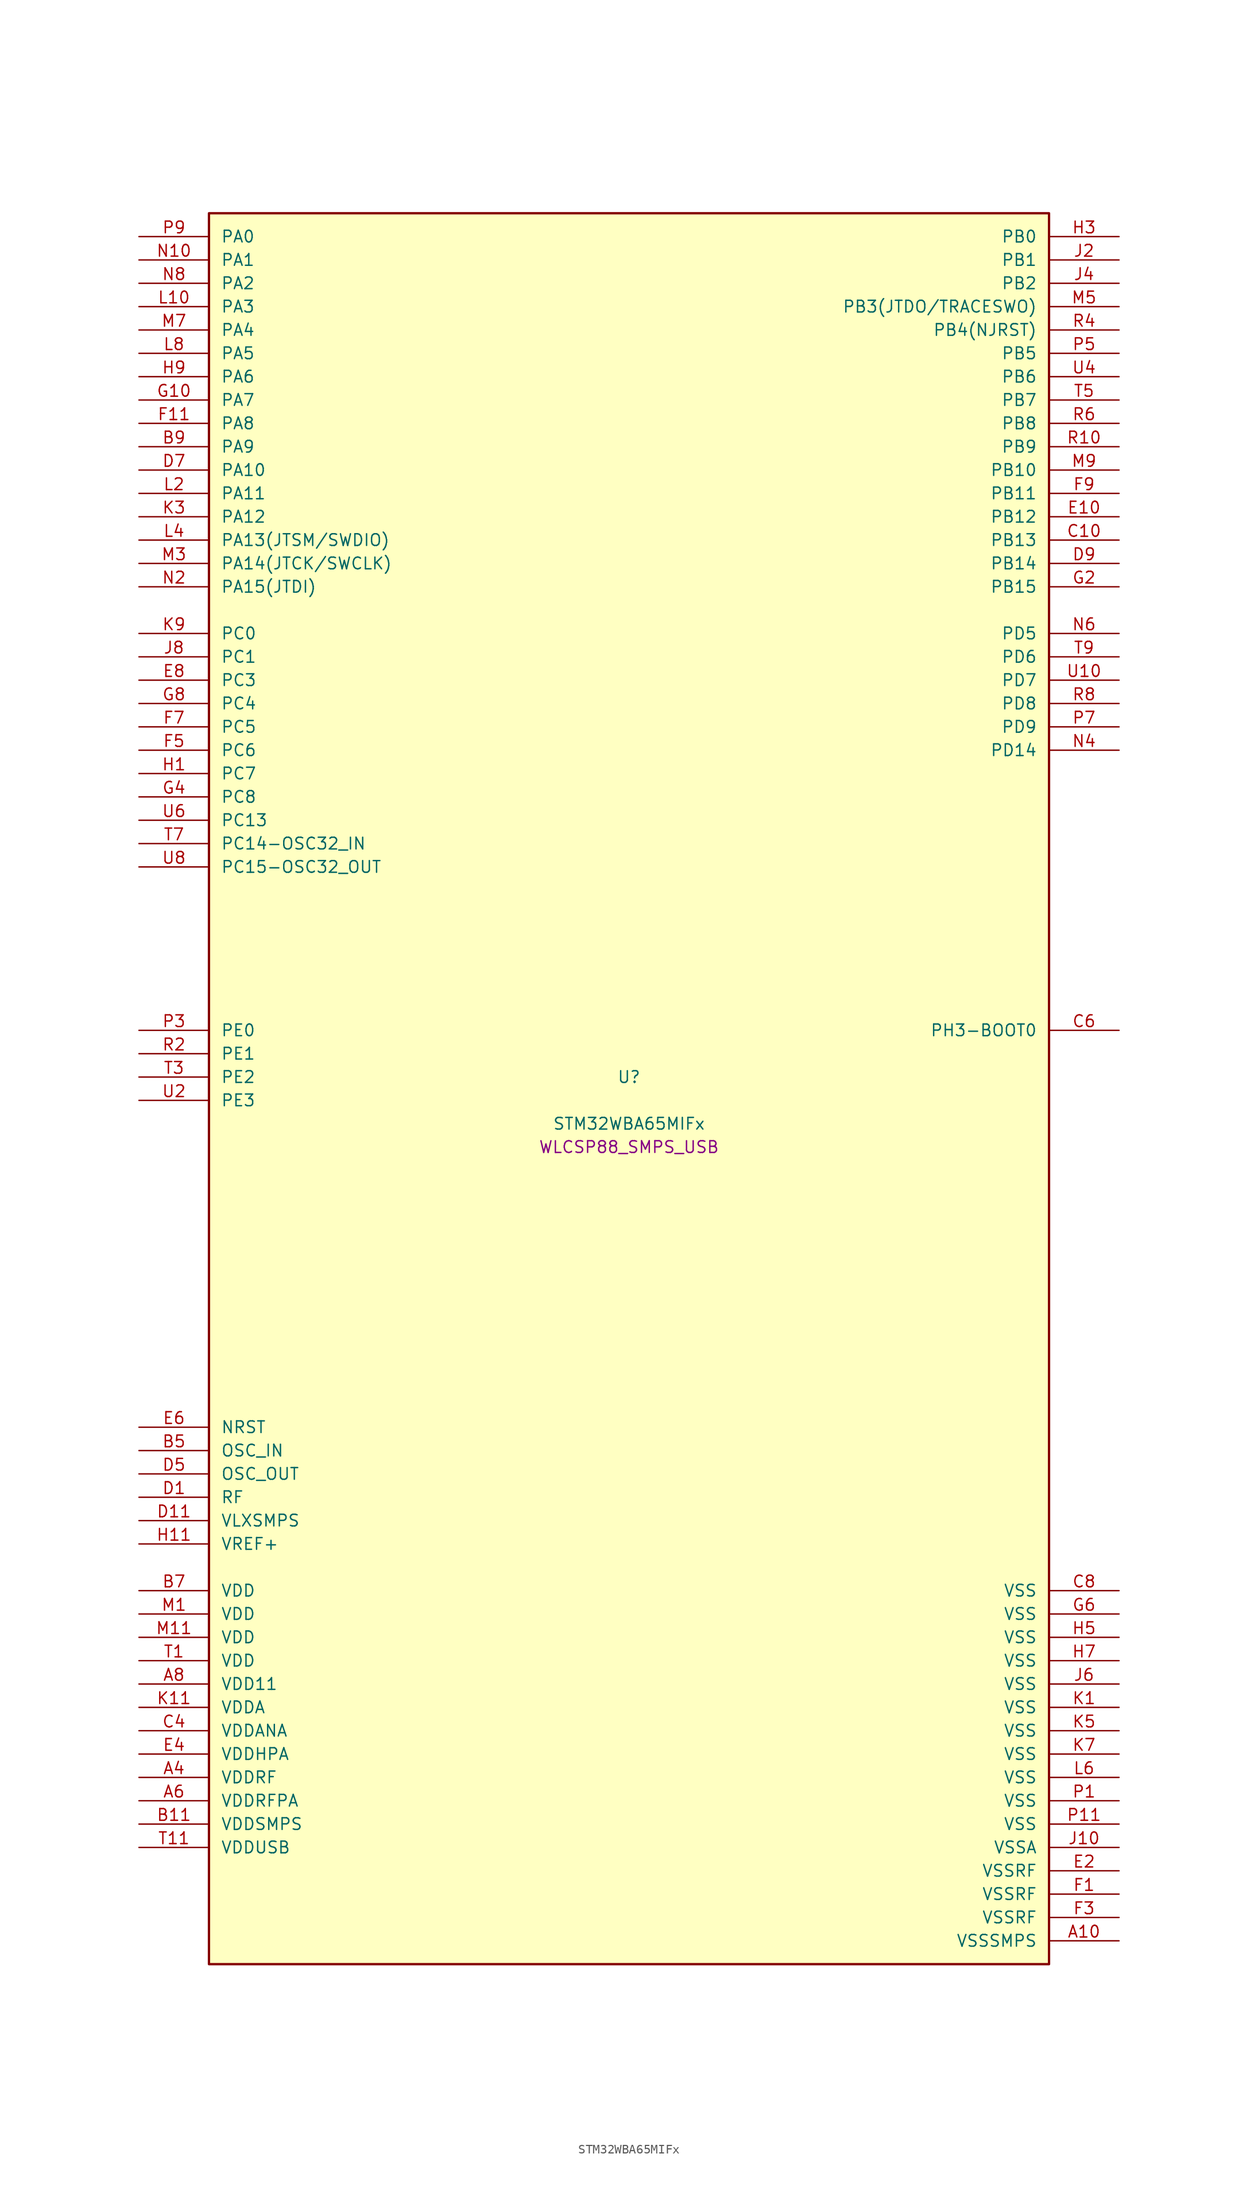
<source format=kicad_sym>
(kicad_symbol_lib
  (version 20241209)
  (generator "stm32_pkl_generator")
  (generator_version "1.0")
  (symbol "STM32WBA65MIFx"
    (pin_names
      (offset 1.27))
    (property "Reference" "U"
      (at 0 2.54 0))
    (property "Value" "STM32WBA65MIFx"
      (at 0 -2.54 0))
    (property "Footprint" "WLCSP88_SMPS_USB"
      (at 0 -5.08 0))
    (symbol "STM32WBA65MIFx_1_1"
      (rectangle (start -45.72 96.52) (end 45.72 -93.98) (stroke (width 0.254) (type solid)) (fill (type background)))
      (pin bidirectional line (at -53.34 93.98 0) (length 7.62) (name "PA0") (number "P9") (alternate "PA0/ADC4_IN9" bidirectional line) (alternate "PA0/COMP2_INP" bidirectional line) (alternate "PA0/LPTIM1_IN1" bidirectional line) (alternate "PA0/LPUART1_CTS" bidirectional line) (alternate "PA0/PWR_WKUP1" bidirectional line) (alternate "PA0/SPI3_SCK" bidirectional line) (alternate "PA0/TIM1_CH2N" bidirectional line) (alternate "PA0/TIM3_CH3" bidirectional line) (alternate "PA0/TIM3_ETR" bidirectional line) (alternate "PA0/TSC_G2_IO2" bidirectional line))
      (pin bidirectional line (at -53.34 91.44 0) (length 7.62) (name "PA1") (number "N10") (alternate "PA1/ADC4_IN8" bidirectional line) (alternate "PA1/COMP1_INM" bidirectional line) (alternate "PA1/LPTIM2_CH2" bidirectional line) (alternate "PA1/LPUART1_RX" bidirectional line) (alternate "PA1/PWR_WKUP3" bidirectional line) (alternate "PA1/SAI1_CK1" bidirectional line) (alternate "PA1/SPI1_RDY" bidirectional line) (alternate "PA1/SPI3_MISO" bidirectional line) (alternate "PA1/TIM17_CH1" bidirectional line) (alternate "PA1/TIM1_CH1N" bidirectional line) (alternate "PA1/TIM3_CH2" bidirectional line) (alternate "PA1/TSC_G2_IO1" bidirectional line) (alternate "PA1/USART1_CK" bidirectional line))
      (pin bidirectional line (at -53.34 88.9 0) (length 7.62) (name "PA2") (number "N8") (alternate "PA2/ADC4_IN7" bidirectional line) (alternate "PA2/COMP1_INP" bidirectional line) (alternate "PA2/LPUART1_TX" bidirectional line) (alternate "PA2/PWR_WKUP4" bidirectional line) (alternate "PA2/RCC_LSCO" bidirectional line) (alternate "PA2/SAI1_D1" bidirectional line) (alternate "PA2/TIM16_CH1" bidirectional line) (alternate "PA2/TIM1_BKIN" bidirectional line) (alternate "PA2/TIM3_CH1" bidirectional line) (alternate "PA2/TSC_G4_IO4" bidirectional line) (alternate "PA2/USART1_DE" bidirectional line) (alternate "PA2/USART1_RTS" bidirectional line))
      (pin bidirectional line (at -53.34 86.36 0) (length 7.62) (name "PA3") (number "L10") (alternate "PA3/ADC4_IN6" bidirectional line) (alternate "PA3/PWR_WKUP5" bidirectional line) (alternate "PA3/TIM16_CH1N" bidirectional line) (alternate "PA3/TSC_G4_IO2" bidirectional line) (alternate "PA3/USART1_DE" bidirectional line) (alternate "PA3/USART1_RTS" bidirectional line))
      (pin bidirectional line (at -53.34 83.82 0) (length 7.62) (name "PA4") (number "M7") (alternate "PA4/ADC4_IN5" bidirectional line) (alternate "PA4/AUDIOCLK" bidirectional line) (alternate "PA4/PWR_WKUP2" bidirectional line) (alternate "PA4/TAMP_IN6" bidirectional line) (alternate "PA4/TAMP_OUT3" bidirectional line) (alternate "PA4/TIM16_CH1" bidirectional line) (alternate "PA4/TSC_G4_IO1" bidirectional line) (alternate "PA4/USART1_CTS" bidirectional line))
      (pin bidirectional line (at -53.34 81.28 0) (length 7.62) (name "PA5") (number "L8") (alternate "PA5/ADC4_IN4" bidirectional line) (alternate "PA5/AUDIOCLK" bidirectional line) (alternate "PA5/LPTIM2_ETR" bidirectional line) (alternate "PA5/PWR_CSLEEP" bidirectional line) (alternate "PA5/PWR_WKUP6" bidirectional line) (alternate "PA5/SAI1_D2" bidirectional line) (alternate "PA5/SPI3_NSS" bidirectional line) (alternate "PA5/TIM2_CH1" bidirectional line) (alternate "PA5/TIM2_ETR" bidirectional line) (alternate "PA5/TSC_G1_IO4" bidirectional line) (alternate "PA5/USART1_CK" bidirectional line) (alternate "PA5/USART3_RX" bidirectional line))
      (pin bidirectional line (at -53.34 78.74 0) (length 7.62) (name "PA6") (number "H9") (alternate "PA6/ADC4_IN3" bidirectional line) (alternate "PA6/I2C3_SCL" bidirectional line) (alternate "PA6/PWR_CSTOP" bidirectional line) (alternate "PA6/PWR_WKUP7" bidirectional line) (alternate "PA6/SAI1_CK2" bidirectional line) (alternate "PA6/SAI1_MCLK_A" bidirectional line) (alternate "PA6/SPI3_RDY" bidirectional line) (alternate "PA6/TIM2_CH4" bidirectional line) (alternate "PA6/TSC_G1_IO3" bidirectional line) (alternate "PA6/USART1_DE" bidirectional line) (alternate "PA6/USART1_RTS" bidirectional line) (alternate "PA6/USART3_CTS" bidirectional line))
      (pin bidirectional line (at -53.34 76.2 0) (length 7.62) (name "PA7") (number "G10") (alternate "PA7/ADC4_IN2" bidirectional line) (alternate "PA7/COMP1_OUT" bidirectional line) (alternate "PA7/I2C3_SDA" bidirectional line) (alternate "PA7/PWR_WKUP8" bidirectional line) (alternate "PA7/SAI1_SCK_A" bidirectional line) (alternate "PA7/SPI3_SCK" bidirectional line) (alternate "PA7/TAMP_IN1" bidirectional line) (alternate "PA7/TAMP_OUT2" bidirectional line) (alternate "PA7/TIM2_CH3" bidirectional line) (alternate "PA7/TSC_G1_IO2" bidirectional line) (alternate "PA7/USART1_CTS" bidirectional line) (alternate "PA7/USART3_TX" bidirectional line))
      (pin bidirectional line (at -53.34 73.66 0) (length 7.62) (name "PA8") (number "F11") (alternate "PA8/ADC4_IN1" bidirectional line) (alternate "PA8/LPTIM1_CH2" bidirectional line) (alternate "PA8/RCC_MCO" bidirectional line) (alternate "PA8/SAI1_FS_A" bidirectional line) (alternate "PA8/SPI3_RDY" bidirectional line) (alternate "PA8/TIM2_CH2" bidirectional line) (alternate "PA8/TSC_G1_IO1" bidirectional line) (alternate "PA8/USART1_RX" bidirectional line) (alternate "PA8/USB_OTG_HS_SOF" bidirectional line))
      (pin bidirectional line (at -53.34 71.12 0) (length 7.62) (name "PA9") (number "B9") (alternate "PA9/LPUART1_DE" bidirectional line) (alternate "PA9/LPUART1_RTS" bidirectional line) (alternate "PA9/SAI1_CK1" bidirectional line) (alternate "PA9/SPI2_MISO" bidirectional line) (alternate "PA9/SPI2_SCK" bidirectional line) (alternate "PA9/TIM3_CH2" bidirectional line))
      (pin bidirectional line (at -53.34 68.58 0) (length 7.62) (name "PA10") (number "D7") (alternate "PA10/LPUART1_RX" bidirectional line) (alternate "PA10/SAI1_D1" bidirectional line) (alternate "PA10/SPI2_NSS" bidirectional line) (alternate "PA10/TIM3_CH1" bidirectional line))
      (pin bidirectional line (at -53.34 66.04 0) (length 7.62) (name "PA11") (number "L2") (alternate "PA11/LPTIM2_CH1" bidirectional line) (alternate "PA11/RF_ANTSW1" bidirectional line) (alternate "PA11/TIM1_CH1" bidirectional line) (alternate "PA11/USART2_RX" bidirectional line))
      (pin bidirectional line (at -53.34 63.5 0) (length 7.62) (name "PA12") (number "K3") (alternate "PA12/COMP2_OUT" bidirectional line) (alternate "PA12/PTA_STATUS" bidirectional line) (alternate "PA12/PWR_WKUP6" bidirectional line) (alternate "PA12/RF_ANTSW0" bidirectional line) (alternate "PA12/SPI1_NSS" bidirectional line) (alternate "PA12/TIM1_CH2" bidirectional line) (alternate "PA12/TSC_G3_IO4" bidirectional line) (alternate "PA12/USART2_TX" bidirectional line))
      (pin bidirectional line (at -53.34 60.96 0) (length 7.62) (name "PA13(JTSM/SWDIO)") (number "L4") (alternate "PA13(JTSM/SWDIO)/DEBUG_JTMS-SWDIO" bidirectional line) (alternate "PA13(JTSM/SWDIO)/IR_OUT" bidirectional line) (alternate "PA13(JTSM/SWDIO)/PTA_PRIORITY" bidirectional line))
      (pin bidirectional line (at -53.34 58.42 0) (length 7.62) (name "PA14(JTCK/SWCLK)") (number "M3") (alternate "PA14(JTCK/SWCLK)/COMP2_OUT" bidirectional line) (alternate "PA14(JTCK/SWCLK)/DEBUG_JTCK-SWCLK" bidirectional line) (alternate "PA14(JTCK/SWCLK)/I2C4_SMBA" bidirectional line) (alternate "PA14(JTCK/SWCLK)/PTA_STATUS" bidirectional line) (alternate "PA14(JTCK/SWCLK)/TAMP_IN3" bidirectional line) (alternate "PA14(JTCK/SWCLK)/TAMP_OUT6" bidirectional line) (alternate "PA14(JTCK/SWCLK)/USART2_TX" bidirectional line) (alternate "PA14(JTCK/SWCLK)/USB_OTG_HS_SOF" bidirectional line))
      (pin bidirectional line (at -53.34 55.88 0) (length 7.62) (name "PA15(JTDI)") (number "N2") (alternate "PA15(JTDI)/ADC4_EXTI15" bidirectional line) (alternate "PA15(JTDI)/DEBUG_JTDI" bidirectional line) (alternate "PA15(JTDI)/I2C1_SCL" bidirectional line) (alternate "PA15(JTDI)/LPTIM1_CH2" bidirectional line) (alternate "PA15(JTDI)/PTA_STATUS" bidirectional line) (alternate "PA15(JTDI)/SPI1_MOSI" bidirectional line) (alternate "PA15(JTDI)/TIM17_BKIN" bidirectional line) (alternate "PA15(JTDI)/TIM1_ETR" bidirectional line) (alternate "PA15(JTDI)/TSC_G3_IO3" bidirectional line) (alternate "PA15(JTDI)/USART2_DE" bidirectional line) (alternate "PA15(JTDI)/USART2_RTS" bidirectional line) (alternate "PA15(JTDI)/USART3_DE" bidirectional line) (alternate "PA15(JTDI)/USART3_RTS" bidirectional line))
      (pin bidirectional line (at 53.34 93.98 180) (length 7.62) (name "PB0") (number "H3") (alternate "PB0/LPTIM2_IN2" bidirectional line) (alternate "PB0/SPI2_MOSI" bidirectional line) (alternate "PB0/TIM1_CH3N" bidirectional line) (alternate "PB0/USART2_TX" bidirectional line) (alternate "PB0/USART3_CK" bidirectional line))
      (pin bidirectional line (at 53.34 91.44 180) (length 7.62) (name "PB1") (number "J2") (alternate "PB1/I2C1_SDA" bidirectional line) (alternate "PB1/I2C3_SDA" bidirectional line) (alternate "PB1/PWR_WKUP4" bidirectional line) (alternate "PB1/TIM1_CH2N" bidirectional line) (alternate "PB1/USART2_DE" bidirectional line) (alternate "PB1/USART2_RTS" bidirectional line) (alternate "PB1/USART3_DE" bidirectional line) (alternate "PB1/USART3_RTS" bidirectional line))
      (pin bidirectional line (at 53.34 88.9 180) (length 7.62) (name "PB2") (number "J4") (alternate "PB2/I2C1_SCL" bidirectional line) (alternate "PB2/I2C3_SCL" bidirectional line) (alternate "PB2/PWR_WKUP1" bidirectional line) (alternate "PB2/RF_ANTSW2" bidirectional line) (alternate "PB2/RTC_OUT2" bidirectional line) (alternate "PB2/TIM1_CH1N" bidirectional line) (alternate "PB2/USART2_CTS" bidirectional line))
      (pin bidirectional line (at 53.34 86.36 180) (length 7.62) (name "PB3(JTDO/TRACESWO)") (number "M5") (alternate "PB3(JTDO/TRACESWO)/DEBUG_JTDO-SWO" bidirectional line) (alternate "PB3(JTDO/TRACESWO)/I2C1_SDA" bidirectional line) (alternate "PB3(JTDO/TRACESWO)/LPTIM1_IN2" bidirectional line) (alternate "PB3(JTDO/TRACESWO)/PTA_ACTIVE" bidirectional line) (alternate "PB3(JTDO/TRACESWO)/SPI1_MISO" bidirectional line) (alternate "PB3(JTDO/TRACESWO)/TIM17_CH1N" bidirectional line) (alternate "PB3(JTDO/TRACESWO)/TIM1_CH4" bidirectional line) (alternate "PB3(JTDO/TRACESWO)/TSC_G3_IO2" bidirectional line) (alternate "PB3(JTDO/TRACESWO)/USART2_CK" bidirectional line))
      (pin bidirectional line (at 53.34 83.82 180) (length 7.62) (name "PB4(NJRST)") (number "R4") (alternate "PB4(NJRST)/DEBUG_NJTRST" bidirectional line) (alternate "PB4(NJRST)/LPTIM2_IN2" bidirectional line) (alternate "PB4(NJRST)/PTA_ACTIVE" bidirectional line) (alternate "PB4(NJRST)/PTA_PRIORITY" bidirectional line) (alternate "PB4(NJRST)/SAI1_MCLK_B" bidirectional line) (alternate "PB4(NJRST)/SPI1_SCK" bidirectional line) (alternate "PB4(NJRST)/TIM17_CH1" bidirectional line) (alternate "PB4(NJRST)/TIM1_CH3" bidirectional line) (alternate "PB4(NJRST)/TSC_G3_IO1" bidirectional line) (alternate "PB4(NJRST)/USART2_RX" bidirectional line))
      (pin bidirectional line (at 53.34 81.28 180) (length 7.62) (name "PB5") (number "P5") (alternate "PB5/LPUART1_TX" bidirectional line) (alternate "PB5/SAI1_D2" bidirectional line) (alternate "PB5/SAI1_FS_B" bidirectional line) (alternate "PB5/TIM3_CH1" bidirectional line) (alternate "PB5/TSC_G5_IO4" bidirectional line))
      (pin bidirectional line (at 53.34 78.74 180) (length 7.62) (name "PB6") (number "U4") (alternate "PB6/PWR_WKUP3" bidirectional line) (alternate "PB6/SAI1_SCK_B" bidirectional line) (alternate "PB6/TIM2_CH1" bidirectional line) (alternate "PB6/TIM2_ETR" bidirectional line) (alternate "PB6/TIM4_CH1" bidirectional line) (alternate "PB6/TSC_G5_IO3" bidirectional line))
      (pin bidirectional line (at 53.34 76.2 180) (length 7.62) (name "PB7") (number "T5") (alternate "PB7/PWR_WKUP5" bidirectional line) (alternate "PB7/SAI1_SD_B" bidirectional line) (alternate "PB7/TAMP_IN5" bidirectional line) (alternate "PB7/TAMP_OUT4" bidirectional line) (alternate "PB7/TIM1_CH4N" bidirectional line) (alternate "PB7/TIM4_CH2" bidirectional line) (alternate "PB7/TSC_G5_IO2" bidirectional line))
      (pin bidirectional line (at 53.34 73.66 180) (length 7.62) (name "PB8") (number "R6") (alternate "PB8/COMP1_OUT" bidirectional line) (alternate "PB8/LPTIM1_ETR" bidirectional line) (alternate "PB8/PWR_PVD_IN" bidirectional line) (alternate "PB8/SPI3_MOSI" bidirectional line) (alternate "PB8/TIM16_CH1N" bidirectional line) (alternate "PB8/TIM1_CH1" bidirectional line) (alternate "PB8/TIM3_ETR" bidirectional line) (alternate "PB8/TIM4_CH3" bidirectional line) (alternate "PB8/TSC_G2_IO4" bidirectional line) (alternate "PB8/USART2_RX" bidirectional line))
      (pin bidirectional line (at 53.34 71.12 180) (length 7.62) (name "PB9") (number "R10") (alternate "PB9/ADC4_IN10" bidirectional line) (alternate "PB9/COMP2_INM" bidirectional line) (alternate "PB9/IR_OUT" bidirectional line) (alternate "PB9/LPTIM2_IN1" bidirectional line) (alternate "PB9/LPUART1_DE" bidirectional line) (alternate "PB9/LPUART1_RTS" bidirectional line) (alternate "PB9/PWR_WKUP8" bidirectional line) (alternate "PB9/SPI2_NSS" bidirectional line) (alternate "PB9/SPI3_MISO" bidirectional line) (alternate "PB9/TIM16_CH1" bidirectional line) (alternate "PB9/TIM1_CH3N" bidirectional line) (alternate "PB9/TIM3_CH4" bidirectional line) (alternate "PB9/TIM4_CH4" bidirectional line) (alternate "PB9/TSC_G2_IO3" bidirectional line))
      (pin bidirectional line (at 53.34 68.58 180) (length 7.62) (name "PB10") (number "M9") (alternate "PB10/I2C2_SCL" bidirectional line) (alternate "PB10/I2C4_SCL" bidirectional line) (alternate "PB10/SPI2_SCK" bidirectional line) (alternate "PB10/TIM16_BKIN" bidirectional line) (alternate "PB10/TSC_G4_IO3" bidirectional line) (alternate "PB10/USART1_CK" bidirectional line) (alternate "PB10/USART3_TX" bidirectional line))
      (pin bidirectional line (at 53.34 66.04 180) (length 7.62) (name "PB11") (number "F9") (alternate "PB11/I2C2_SDA" bidirectional line) (alternate "PB11/I2C4_SDA" bidirectional line) (alternate "PB11/LPTIM1_CH1" bidirectional line) (alternate "PB11/LPTIM1_ETR" bidirectional line) (alternate "PB11/LPUART1_TX" bidirectional line) (alternate "PB11/SPI2_RDY" bidirectional line) (alternate "PB11/USART3_RX" bidirectional line))
      (pin bidirectional line (at 53.34 63.5 180) (length 7.62) (name "PB12") (number "E10") (alternate "PB12/I2C2_SMBA" bidirectional line) (alternate "PB12/SAI1_SD_A" bidirectional line) (alternate "PB12/SPI1_RDY" bidirectional line) (alternate "PB12/SPI2_NSS" bidirectional line) (alternate "PB12/TIM2_CH1" bidirectional line) (alternate "PB12/TIM2_ETR" bidirectional line) (alternate "PB12/TIM3_ETR" bidirectional line) (alternate "PB12/TSC_SYNC" bidirectional line) (alternate "PB12/USART1_TX" bidirectional line) (alternate "PB12/USART3_CK" bidirectional line))
      (pin bidirectional line (at 53.34 60.96 180) (length 7.62) (name "PB13") (number "C10") (alternate "PB13/I2C2_SCL" bidirectional line) (alternate "PB13/SPI2_SCK" bidirectional line) (alternate "PB13/TIM3_CH4" bidirectional line) (alternate "PB13/TSC_G6_IO2" bidirectional line) (alternate "PB13/USART3_CTS" bidirectional line))
      (pin bidirectional line (at 53.34 58.42 180) (length 7.62) (name "PB14") (number "D9") (alternate "PB14/I2C2_SDA" bidirectional line) (alternate "PB14/PWR_WKUP7" bidirectional line) (alternate "PB14/RTC_REFIN" bidirectional line) (alternate "PB14/SAI1_SD_A" bidirectional line) (alternate "PB14/SPI2_MISO" bidirectional line) (alternate "PB14/TIM3_CH3" bidirectional line) (alternate "PB14/TSC_G6_IO1" bidirectional line) (alternate "PB14/USART1_TX" bidirectional line) (alternate "PB14/USART3_DE" bidirectional line) (alternate "PB14/USART3_RTS" bidirectional line))
      (pin bidirectional line (at 53.34 55.88 180) (length 7.62) (name "PB15") (number "G2") (alternate "PB15/ADC4_EXTI15" bidirectional line) (alternate "PB15/I2C1_SMBA" bidirectional line) (alternate "PB15/I2C3_SMBA" bidirectional line) (alternate "PB15/LPUART1_CTS" bidirectional line) (alternate "PB15/PTA_GRANT" bidirectional line) (alternate "PB15/RF_EXTPABYP" bidirectional line) (alternate "PB15/TIM16_BKIN" bidirectional line) (alternate "PB15/TIM1_BKIN2" bidirectional line) (alternate "PB15/USART2_CTS" bidirectional line))
      (pin bidirectional line (at -53.34 50.8 0) (length 7.62) (name "PC0") (number "K9") (alternate "PC0/I2C3_SCL" bidirectional line) (alternate "PC0/LPTIM1_IN1" bidirectional line) (alternate "PC0/LPTIM2_IN1" bidirectional line) (alternate "PC0/LPUART1_RX" bidirectional line) (alternate "PC0/SPI2_RDY" bidirectional line))
      (pin bidirectional line (at -53.34 48.26 0) (length 7.62) (name "PC1") (number "J8") (alternate "PC1/I2C3_SDA" bidirectional line) (alternate "PC1/LPTIM1_CH1" bidirectional line) (alternate "PC1/LPUART1_TX" bidirectional line) (alternate "PC1/SAI1_SD_A" bidirectional line) (alternate "PC1/SPI2_MOSI" bidirectional line))
      (pin bidirectional line (at -53.34 45.72 0) (length 7.62) (name "PC3") (number "E8") (alternate "PC3/LPTIM1_ETR" bidirectional line) (alternate "PC3/LPTIM2_ETR" bidirectional line) (alternate "PC3/SAI1_D1" bidirectional line) (alternate "PC3/SAI1_SD_A" bidirectional line) (alternate "PC3/SPI2_MOSI" bidirectional line) (alternate "PC3/SPI3_MOSI" bidirectional line) (alternate "PC3/TIM3_CH1" bidirectional line))
      (pin bidirectional line (at -53.34 43.18 0) (length 7.62) (name "PC4") (number "G8") (alternate "PC4/LPTIM2_CH2" bidirectional line) (alternate "PC4/SAI1_D2" bidirectional line) (alternate "PC4/SAI1_FS_A" bidirectional line) (alternate "PC4/SPI3_MISO" bidirectional line) (alternate "PC4/TIM3_CH2" bidirectional line) (alternate "PC4/USART3_TX" bidirectional line))
      (pin bidirectional line (at -53.34 40.64 0) (length 7.62) (name "PC5") (number "F7") (alternate "PC5/SAI1_D3" bidirectional line) (alternate "PC5/SAI1_SD_B" bidirectional line) (alternate "PC5/TIM1_CH4N" bidirectional line) (alternate "PC5/USART3_RX" bidirectional line))
      (pin bidirectional line (at -53.34 38.1 0) (length 7.62) (name "PC6") (number "F5") (alternate "PC6/PWR_CSLEEP" bidirectional line) (alternate "PC6/TIM3_CH1" bidirectional line))
      (pin bidirectional line (at -53.34 35.56 0) (length 7.62) (name "PC7") (number "H1") (alternate "PC7/LPTIM2_CH2" bidirectional line) (alternate "PC7/PWR_CSTOP" bidirectional line) (alternate "PC7/TIM3_CH2" bidirectional line) (alternate "PC7/USART2_DE" bidirectional line) (alternate "PC7/USART2_RTS" bidirectional line))
      (pin bidirectional line (at -53.34 33.02 0) (length 7.62) (name "PC8") (number "G4") (alternate "PC8/TIM3_CH3" bidirectional line) (alternate "PC8/USART2_RX" bidirectional line))
      (pin bidirectional line (at -53.34 30.48 0) (length 7.62) (name "PC13") (number "U6") (alternate "PC13/PWR_WKUP2" bidirectional line) (alternate "PC13/RTC_OUT1" bidirectional line) (alternate "PC13/RTC_TS" bidirectional line) (alternate "PC13/TAMP_IN4" bidirectional line) (alternate "PC13/TAMP_OUT5" bidirectional line) (alternate "PC13/TIM1_BKIN2" bidirectional line) (alternate "PC13/TSC_G5_IO1" bidirectional line))
      (pin bidirectional line (at -53.34 27.94 0) (length 7.62) (name "PC14-OSC32_IN") (number "T7") (alternate "PC14-OSC32_IN/RCC_OSC32_IN" bidirectional line))
      (pin bidirectional line (at -53.34 25.4 0) (length 7.62) (name "PC15-OSC32_OUT") (number "U8") (alternate "PC15-OSC32_OUT/ADC4_EXTI15" bidirectional line) (alternate "PC15-OSC32_OUT/RCC_OSC32_OUT" bidirectional line))
      (pin bidirectional line (at 53.34 50.8 180) (length 7.62) (name "PD5") (number "N6") (alternate "PD5/SAI1_D1" bidirectional line) (alternate "PD5/SAI1_SD_A" bidirectional line) (alternate "PD5/SPI3_MOSI" bidirectional line) (alternate "PD5/USART2_RX" bidirectional line))
      (pin bidirectional line (at 53.34 48.26 180) (length 7.62) (name "PD6") (number "T9") (alternate "PD6/USB_OTG_HS_DP" bidirectional line))
      (pin bidirectional line (at 53.34 45.72 180) (length 7.62) (name "PD7") (number "U10") (alternate "PD7/USB_OTG_HS_DM" bidirectional line))
      (pin bidirectional line (at 53.34 43.18 180) (length 7.62) (name "PD8") (number "R8") (alternate "PD8/USART2_CK" bidirectional line) (alternate "PD8/USB_OTG_HS_ID" bidirectional line))
      (pin bidirectional line (at 53.34 40.64 180) (length 7.62) (name "PD9") (number "P7") (alternate "PD9/USART2_TX" bidirectional line) (alternate "PD9/USART3_TX" bidirectional line) (alternate "PD9/USB_OTG_HS_VBUS" bidirectional line))
      (pin bidirectional line (at 53.34 38.1 180) (length 7.62) (name "PD14") (number "N4") (alternate "PD14/DEBUG_TRACED3" bidirectional line) (alternate "PD14/TIM4_CH3" bidirectional line))
      (pin bidirectional line (at -53.34 7.62 0) (length 7.62) (name "PE0") (number "P3") (alternate "PE0/DEBUG_TRACECLK" bidirectional line) (alternate "PE0/TIM16_CH1" bidirectional line) (alternate "PE0/TIM4_ETR" bidirectional line) (alternate "PE0/TSC_G7_IO4" bidirectional line))
      (pin bidirectional line (at -53.34 5.08 0) (length 7.62) (name "PE1") (number "R2") (alternate "PE1/DEBUG_TRACED0" bidirectional line) (alternate "PE1/TIM17_CH1" bidirectional line) (alternate "PE1/TSC_G7_IO3" bidirectional line))
      (pin bidirectional line (at -53.34 2.54 0) (length 7.62) (name "PE2") (number "T3") (alternate "PE2/DEBUG_TRACED1" bidirectional line) (alternate "PE2/SAI1_CK1" bidirectional line) (alternate "PE2/SAI1_MCLK_A" bidirectional line) (alternate "PE2/TIM3_ETR" bidirectional line) (alternate "PE2/TSC_G7_IO2" bidirectional line))
      (pin bidirectional line (at -53.34 0 0) (length 7.62) (name "PE3") (number "U2") (alternate "PE3/DEBUG_TRACED2" bidirectional line) (alternate "PE3/SAI1_SD_B" bidirectional line) (alternate "PE3/TIM3_CH1" bidirectional line) (alternate "PE3/TSC_G7_IO1" bidirectional line))
      (pin bidirectional line (at 53.34 7.62 180) (length 7.62) (name "PH3-BOOT0") (number "C6") (alternate "PH3-BOOT0/PTA_GRANT" bidirectional line) (alternate "PH3-BOOT0/RF_EXTPABYP" bidirectional line) (alternate "PH3-BOOT0/TAMP_IN2" bidirectional line) (alternate "PH3-BOOT0/TAMP_OUT1" bidirectional line))
      (pin input line (at -53.34 -35.56 0) (length 7.62) (name "NRST") (number "E6"))
      (pin bidirectional line (at -53.34 -38.1 0) (length 7.62) (name "OSC_IN") (number "B5") (alternate "OSC_IN/RCC_OSC_IN" bidirectional line))
      (pin bidirectional line (at -53.34 -40.64 0) (length 7.62) (name "OSC_OUT") (number "D5") (alternate "OSC_OUT/RCC_OSC_OUT" bidirectional line))
      (pin bidirectional line (at -53.34 -43.18 0) (length 7.62) (name "RF") (number "D1"))
      (pin power_in line (at -53.34 -45.72 0) (length 7.62) (name "VLXSMPS") (number "D11"))
      (pin bidirectional line (at -53.34 -48.26 0) (length 7.62) (name "VREF+") (number "H11"))
      (pin power_in line (at -53.34 -53.34 0) (length 7.62) (name "VDD") (number "B7"))
      (pin power_in line (at -53.34 -55.88 0) (length 7.62) (name "VDD") (number "M1"))
      (pin power_in line (at -53.34 -58.42 0) (length 7.62) (name "VDD") (number "M11"))
      (pin power_in line (at -53.34 -60.96 0) (length 7.62) (name "VDD") (number "T1"))
      (pin power_in line (at -53.34 -63.5 0) (length 7.62) (name "VDD11") (number "A8"))
      (pin power_in line (at -53.34 -66.04 0) (length 7.62) (name "VDDA") (number "K11"))
      (pin power_in line (at -53.34 -68.58 0) (length 7.62) (name "VDDANA") (number "C4"))
      (pin power_in line (at -53.34 -71.12 0) (length 7.62) (name "VDDHPA") (number "E4"))
      (pin power_in line (at -53.34 -73.66 0) (length 7.62) (name "VDDRF") (number "A4"))
      (pin power_in line (at -53.34 -76.2 0) (length 7.62) (name "VDDRFPA") (number "A6"))
      (pin power_in line (at -53.34 -78.74 0) (length 7.62) (name "VDDSMPS") (number "B11"))
      (pin power_in line (at -53.34 -81.28 0) (length 7.62) (name "VDDUSB") (number "T11"))
      (pin power_in line (at 53.34 -53.34 180) (length 7.62) (name "VSS") (number "C8"))
      (pin power_in line (at 53.34 -55.88 180) (length 7.62) (name "VSS") (number "G6"))
      (pin power_in line (at 53.34 -58.42 180) (length 7.62) (name "VSS") (number "H5"))
      (pin power_in line (at 53.34 -60.96 180) (length 7.62) (name "VSS") (number "H7"))
      (pin power_in line (at 53.34 -63.5 180) (length 7.62) (name "VSS") (number "J6"))
      (pin power_in line (at 53.34 -66.04 180) (length 7.62) (name "VSS") (number "K1"))
      (pin power_in line (at 53.34 -68.58 180) (length 7.62) (name "VSS") (number "K5"))
      (pin power_in line (at 53.34 -71.12 180) (length 7.62) (name "VSS") (number "K7"))
      (pin power_in line (at 53.34 -73.66 180) (length 7.62) (name "VSS") (number "L6"))
      (pin power_in line (at 53.34 -76.2 180) (length 7.62) (name "VSS") (number "P1"))
      (pin power_in line (at 53.34 -78.74 180) (length 7.62) (name "VSS") (number "P11"))
      (pin power_in line (at 53.34 -81.28 180) (length 7.62) (name "VSSA") (number "J10"))
      (pin power_in line (at 53.34 -83.82 180) (length 7.62) (name "VSSRF") (number "E2"))
      (pin power_in line (at 53.34 -86.36 180) (length 7.62) (name "VSSRF") (number "F1"))
      (pin power_in line (at 53.34 -88.9 180) (length 7.62) (name "VSSRF") (number "F3"))
      (pin power_in line (at 53.34 -91.44 180) (length 7.62) (name "VSSSMPS") (number "A10")))))
</source>
